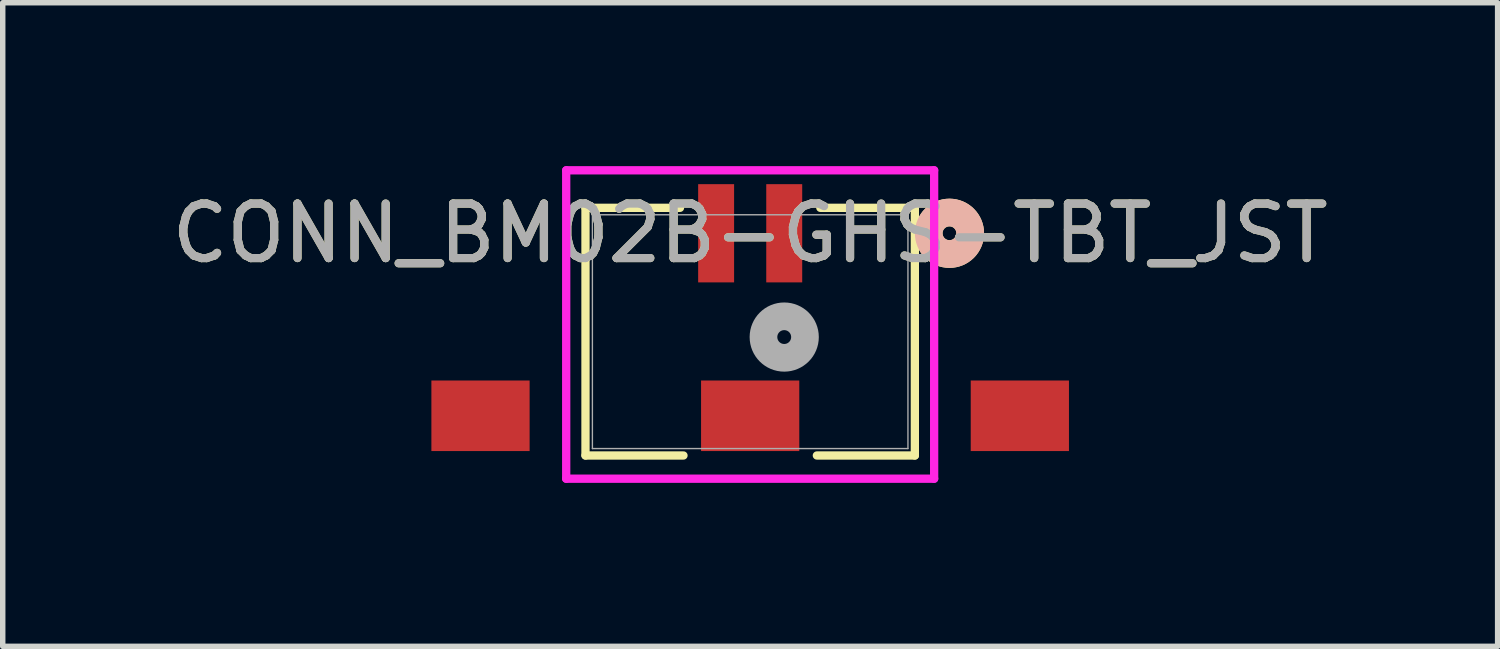
<source format=kicad_pcb>
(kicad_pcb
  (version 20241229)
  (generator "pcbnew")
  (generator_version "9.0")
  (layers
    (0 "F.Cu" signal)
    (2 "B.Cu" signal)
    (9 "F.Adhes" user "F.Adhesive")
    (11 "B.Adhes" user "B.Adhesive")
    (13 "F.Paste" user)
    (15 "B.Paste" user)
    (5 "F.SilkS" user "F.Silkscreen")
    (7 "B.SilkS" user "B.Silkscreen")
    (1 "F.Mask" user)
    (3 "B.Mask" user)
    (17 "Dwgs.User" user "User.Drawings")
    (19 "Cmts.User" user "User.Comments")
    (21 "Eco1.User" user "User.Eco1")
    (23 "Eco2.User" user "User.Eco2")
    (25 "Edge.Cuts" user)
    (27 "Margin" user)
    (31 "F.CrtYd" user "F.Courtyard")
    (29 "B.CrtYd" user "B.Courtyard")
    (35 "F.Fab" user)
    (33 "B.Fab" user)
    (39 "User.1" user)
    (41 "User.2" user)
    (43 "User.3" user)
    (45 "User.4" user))
  (footprint "CONN_BM02B-GHS-TBT_JST"
    (layer "F.Cu")
    (at 10.72 3.038)
    (property "Reference" "CONN_BM02B-GHS-TBT_JST" (at 0 -1.806 0) (unlocked yes) (layer "F.SilkS") (effects (font (size 1 1) (thickness 0.15))))
    (attr smd)
    (fp_line (start -3.023 -2.273) (end -3.023 2.273) (stroke (width 0.152) (type solid)) (layer "F.SilkS"))
    (fp_line (start -3.023 2.273) (end -1.224 2.273) (stroke (width 0.152) (type solid)) (layer "F.SilkS"))
    (fp_line (start -1.288 -2.273) (end -3.023 -2.273) (stroke (width 0.152) (type solid)) (layer "F.SilkS"))
    (fp_line (start 1.224 2.273) (end 3.023 2.273) (stroke (width 0.152) (type solid)) (layer "F.SilkS"))
    (fp_line (start 3.023 -2.273) (end 1.288 -2.273) (stroke (width 0.152) (type solid)) (layer "F.SilkS"))
    (fp_line (start 3.023 2.273) (end 3.023 -2.273) (stroke (width 0.152) (type solid)) (layer "F.SilkS"))
    (fp_circle (center 3.658 -1.806) (end 4.039 -1.806) (stroke (width 0.508) (type solid)) (fill no) (layer "F.SilkS"))
    (fp_circle (center 3.658 -1.806) (end 4.039 -1.806) (stroke (width 0.508) (type solid)) (fill no) (layer "B.SilkS"))
    (fp_line (start -3.377 -2.962) (end -3.377 2.699) (stroke (width 0.152) (type solid)) (layer "F.CrtYd"))
    (fp_line (start -3.377 2.699) (end 3.377 2.699) (stroke (width 0.152) (type solid)) (layer "F.CrtYd"))
    (fp_line (start 3.377 -2.962) (end -3.377 -2.962) (stroke (width 0.152) (type solid)) (layer "F.CrtYd"))
    (fp_line (start 3.377 2.699) (end 3.377 -2.962) (stroke (width 0.152) (type solid)) (layer "F.CrtYd"))
    (fp_line (start -2.896 -2.146) (end -2.896 2.146) (stroke (width 0.025) (type solid)) (layer "F.Fab"))
    (fp_line (start -2.896 2.146) (end 2.896 2.146) (stroke (width 0.025) (type solid)) (layer "F.Fab"))
    (fp_line (start 2.896 -2.146) (end -2.896 -2.146) (stroke (width 0.025) (type solid)) (layer "F.Fab"))
    (fp_line (start 2.896 2.146) (end 2.896 -2.146) (stroke (width 0.025) (type solid)) (layer "F.Fab"))
    (fp_circle (center 0.625 0.099) (end 1.006 0.099) (stroke (width 0.508) (type solid)) (fill no) (layer "F.Fab"))
    (fp_text user "${REFERENCE}" (at 0 -1.806 0) (unlocked yes) (layer "F.Fab") (effects (font (size 1 1) (thickness 0.15))))
    (pad "1" smd rect (at 0.625 -1.806) (size 0.66 1.803) (layers "F.Cu" "F.Mask" "F.Paste"))
    (pad "2" smd rect (at -0.625 -1.806) (size 0.66 1.803) (layers "F.Cu" "F.Mask" "F.Paste"))
    (pad "3" smd rect (at -4.95 1.544 90) (size 1.295 1.803) (layers "F.Cu" "F.Mask" "F.Paste"))
    (pad "4" smd rect (at 0 1.544 90) (size 1.295 1.803) (layers "F.Cu" "F.Mask" "F.Paste"))
    (pad "5" smd rect (at 4.95 1.544 90) (size 1.295 1.803) (layers "F.Cu" "F.Mask" "F.Paste")))
  (gr_rect
    (start -3 -3)
    (end 24.44 8.814)
    (stroke (width 0.1) (type default))
    (fill no)
    (layer "Edge.Cuts")))
</source>
